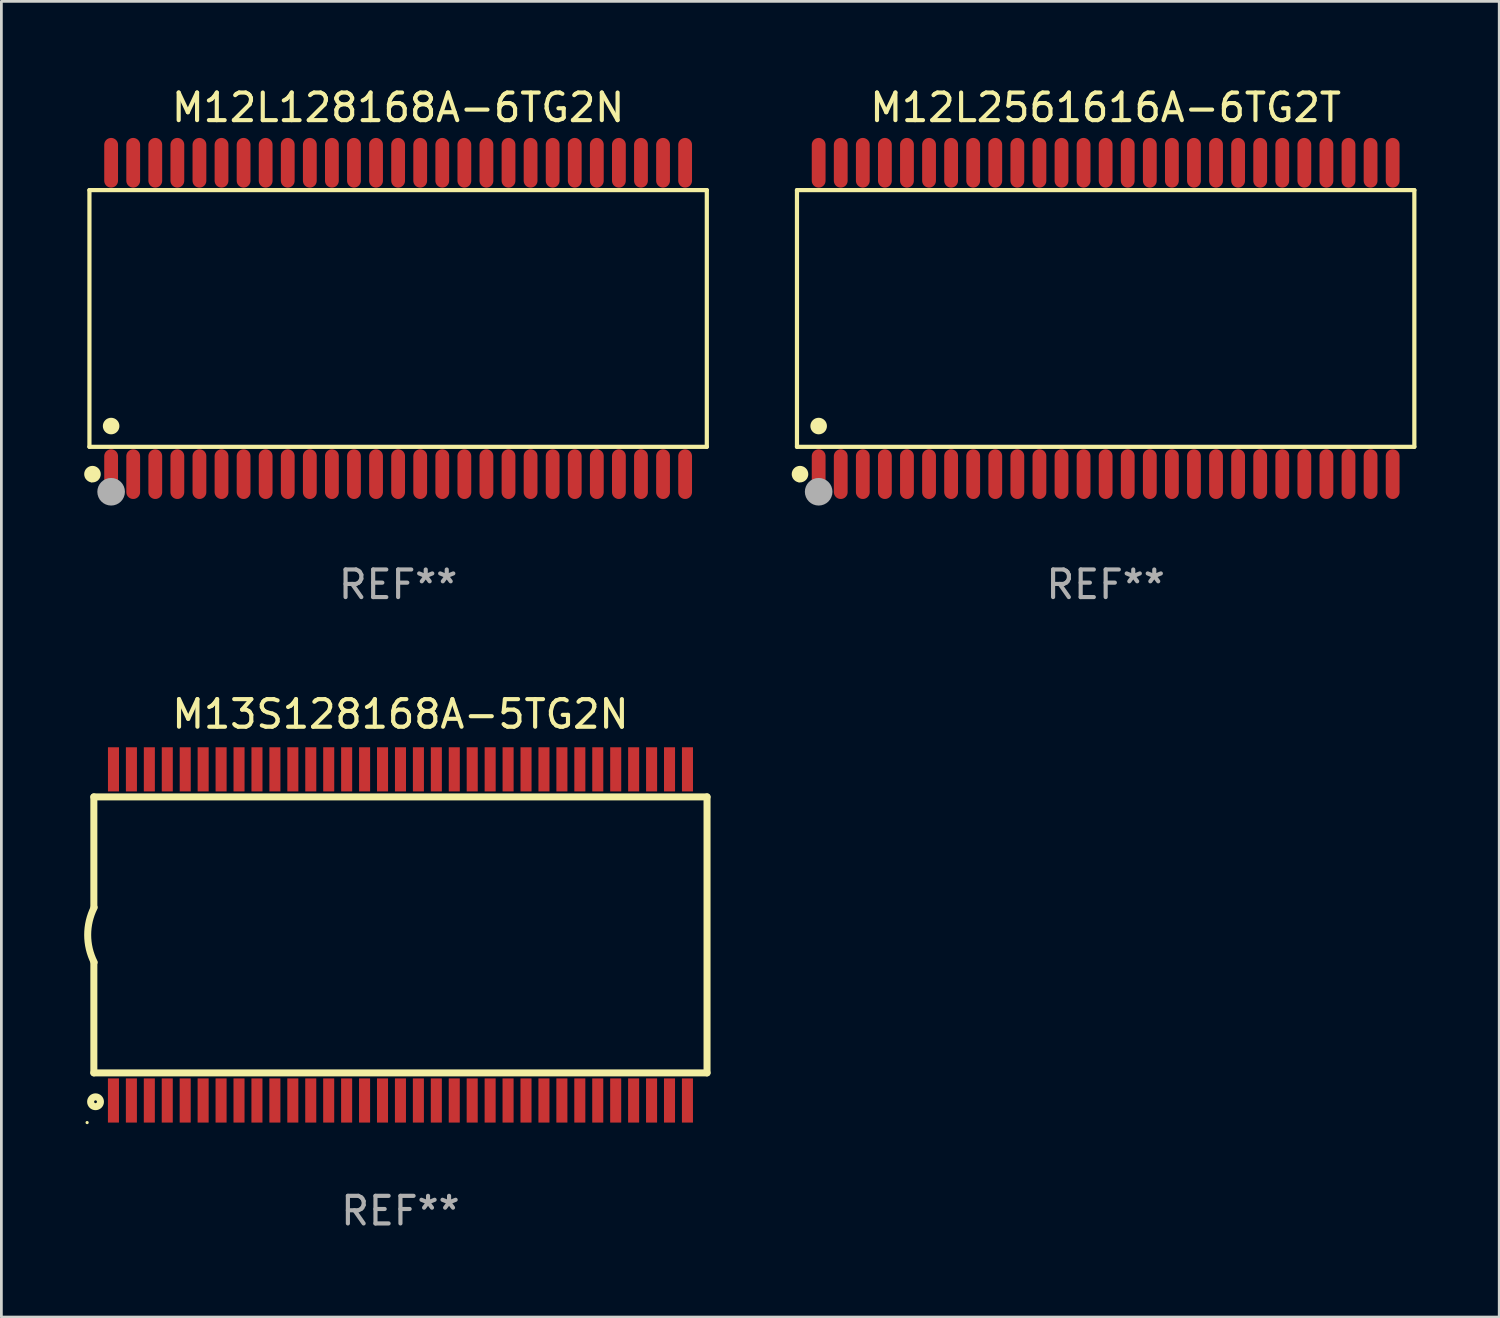
<source format=kicad_pcb>
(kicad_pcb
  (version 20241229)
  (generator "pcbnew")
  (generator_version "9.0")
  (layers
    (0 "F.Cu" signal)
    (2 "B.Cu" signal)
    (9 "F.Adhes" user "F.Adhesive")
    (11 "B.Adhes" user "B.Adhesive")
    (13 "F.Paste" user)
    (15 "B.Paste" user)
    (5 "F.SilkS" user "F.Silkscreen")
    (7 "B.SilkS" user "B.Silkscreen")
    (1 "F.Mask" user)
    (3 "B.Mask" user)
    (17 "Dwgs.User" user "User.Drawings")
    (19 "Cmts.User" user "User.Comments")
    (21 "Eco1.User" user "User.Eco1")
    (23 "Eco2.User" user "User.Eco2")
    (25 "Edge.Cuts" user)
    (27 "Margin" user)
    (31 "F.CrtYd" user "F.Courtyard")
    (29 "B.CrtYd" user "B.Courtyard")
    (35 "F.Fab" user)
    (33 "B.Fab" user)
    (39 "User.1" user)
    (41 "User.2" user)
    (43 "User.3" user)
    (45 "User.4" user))
  (footprint "M13S128168A-5TG2N"
    (layer "F.Cu")
    (at 11.461 30.829)
    (property "Reference" "M13S128168A-5TG2N" (at 0 -8 0) (layer "F.SilkS") (effects (font (size 1 1) (thickness 0.15))))
    (attr through_hole)
    (fp_line (start -11.11 -5.002) (end 11.11 -5.002) (stroke (width 0.254) (type solid)) (layer "F.SilkS"))
    (fp_line (start -11.11 -1.002) (end -11.11 -5.002) (stroke (width 0.254) (type solid)) (layer "F.SilkS"))
    (fp_line (start -11.11 4.999) (end -11.11 0.998) (stroke (width 0.254) (type solid)) (layer "F.SilkS"))
    (fp_line (start -11.11 4.999) (end 11.11 4.999) (stroke (width 0.254) (type solid)) (layer "F.SilkS"))
    (fp_line (start 11.11 4.999) (end 11.11 -5.002) (stroke (width 0.254) (type solid)) (layer "F.SilkS"))
    (fp_arc (start -11.099822 0.989078) (mid -11.333671 -0.001524) (end -11.099822 -0.992126) (stroke (width 0.254001) (type solid)) (layer "F.SilkS"))
    (fp_circle (center -11.354 6.8) (end -11.324 6.8) (stroke (width 0.06) (type solid)) (fill no) (layer "F.SilkS"))
    (fp_circle (center -11.049 6.046) (end -10.871 6.046) (stroke (width 0.254) (type solid)) (fill no) (layer "F.SilkS"))
    (fp_text user "REF**" (at 0 10 0) (layer "F.Fab") (effects (font (size 1 1) (thickness 0.15))))
    (pad "1" smd rect (at -10.4 6) (size 0.4 1.6) (layers "F.Cu" "F.Mask" "F.Paste"))
    (pad "2" smd rect (at -9.75 6) (size 0.4 1.6) (layers "F.Cu" "F.Mask" "F.Paste"))
    (pad "3" smd rect (at -9.1 6) (size 0.4 1.6) (layers "F.Cu" "F.Mask" "F.Paste"))
    (pad "4" smd rect (at -8.45 6) (size 0.4 1.6) (layers "F.Cu" "F.Mask" "F.Paste"))
    (pad "5" smd rect (at -7.8 6) (size 0.4 1.6) (layers "F.Cu" "F.Mask" "F.Paste"))
    (pad "6" smd rect (at -7.15 6) (size 0.4 1.6) (layers "F.Cu" "F.Mask" "F.Paste"))
    (pad "7" smd rect (at -6.5 6) (size 0.4 1.6) (layers "F.Cu" "F.Mask" "F.Paste"))
    (pad "8" smd rect (at -5.85 6) (size 0.4 1.6) (layers "F.Cu" "F.Mask" "F.Paste"))
    (pad "9" smd rect (at -5.2 6) (size 0.4 1.6) (layers "F.Cu" "F.Mask" "F.Paste"))
    (pad "10" smd rect (at -4.55 6) (size 0.4 1.6) (layers "F.Cu" "F.Mask" "F.Paste"))
    (pad "11" smd rect (at -3.9 6) (size 0.4 1.6) (layers "F.Cu" "F.Mask" "F.Paste"))
    (pad "12" smd rect (at -3.25 6) (size 0.4 1.6) (layers "F.Cu" "F.Mask" "F.Paste"))
    (pad "13" smd rect (at -2.6 6) (size 0.4 1.6) (layers "F.Cu" "F.Mask" "F.Paste"))
    (pad "14" smd rect (at -1.95 6) (size 0.4 1.6) (layers "F.Cu" "F.Mask" "F.Paste"))
    (pad "15" smd rect (at -1.3 6) (size 0.4 1.6) (layers "F.Cu" "F.Mask" "F.Paste"))
    (pad "16" smd rect (at -0.65 6) (size 0.4 1.6) (layers "F.Cu" "F.Mask" "F.Paste"))
    (pad "17" smd rect (at -0.000254 6) (size 0.4 1.6) (layers "F.Cu" "F.Mask" "F.Paste"))
    (pad "18" smd rect (at 0.65 6) (size 0.4 1.6) (layers "F.Cu" "F.Mask" "F.Paste"))
    (pad "19" smd rect (at 1.3 6) (size 0.4 1.6) (layers "F.Cu" "F.Mask" "F.Paste"))
    (pad "20" smd rect (at 1.95 6) (size 0.4 1.6) (layers "F.Cu" "F.Mask" "F.Paste"))
    (pad "21" smd rect (at 2.6 6) (size 0.4 1.6) (layers "F.Cu" "F.Mask" "F.Paste"))
    (pad "22" smd rect (at 3.25 6) (size 0.4 1.6) (layers "F.Cu" "F.Mask" "F.Paste"))
    (pad "23" smd rect (at 3.9 6) (size 0.4 1.6) (layers "F.Cu" "F.Mask" "F.Paste"))
    (pad "24" smd rect (at 4.55 6) (size 0.4 1.6) (layers "F.Cu" "F.Mask" "F.Paste"))
    (pad "25" smd rect (at 5.2 6) (size 0.4 1.6) (layers "F.Cu" "F.Mask" "F.Paste"))
    (pad "26" smd rect (at 5.85 6) (size 0.4 1.6) (layers "F.Cu" "F.Mask" "F.Paste"))
    (pad "27" smd rect (at 6.5 6) (size 0.4 1.6) (layers "F.Cu" "F.Mask" "F.Paste"))
    (pad "28" smd rect (at 7.15 6) (size 0.4 1.6) (layers "F.Cu" "F.Mask" "F.Paste"))
    (pad "29" smd rect (at 7.8 6) (size 0.4 1.6) (layers "F.Cu" "F.Mask" "F.Paste"))
    (pad "30" smd rect (at 8.45 6) (size 0.4 1.6) (layers "F.Cu" "F.Mask" "F.Paste"))
    (pad "31" smd rect (at 9.1 6) (size 0.4 1.6) (layers "F.Cu" "F.Mask" "F.Paste"))
    (pad "32" smd rect (at 9.75 6) (size 0.4 1.6) (layers "F.Cu" "F.Mask" "F.Paste"))
    (pad "33" smd rect (at 10.4 6) (size 0.4 1.6) (layers "F.Cu" "F.Mask" "F.Paste"))
    (pad "34" smd rect (at 10.401 -6) (size 0.4 1.6) (layers "F.Cu" "F.Mask" "F.Paste"))
    (pad "35" smd rect (at 9.751 -6) (size 0.4 1.6) (layers "F.Cu" "F.Mask" "F.Paste"))
    (pad "36" smd rect (at 9.101 -6) (size 0.4 1.6) (layers "F.Cu" "F.Mask" "F.Paste"))
    (pad "37" smd rect (at 8.451 -6) (size 0.4 1.6) (layers "F.Cu" "F.Mask" "F.Paste"))
    (pad "38" smd rect (at 7.801 -6) (size 0.4 1.6) (layers "F.Cu" "F.Mask" "F.Paste"))
    (pad "39" smd rect (at 7.151 -6) (size 0.4 1.6) (layers "F.Cu" "F.Mask" "F.Paste"))
    (pad "40" smd rect (at 6.501 -6) (size 0.4 1.6) (layers "F.Cu" "F.Mask" "F.Paste"))
    (pad "41" smd rect (at 5.851 -6) (size 0.4 1.6) (layers "F.Cu" "F.Mask" "F.Paste"))
    (pad "42" smd rect (at 5.201 -6) (size 0.4 1.6) (layers "F.Cu" "F.Mask" "F.Paste"))
    (pad "43" smd rect (at 4.551 -6) (size 0.4 1.6) (layers "F.Cu" "F.Mask" "F.Paste"))
    (pad "44" smd rect (at 3.901 -6) (size 0.4 1.6) (layers "F.Cu" "F.Mask" "F.Paste"))
    (pad "45" smd rect (at 3.251 -6) (size 0.4 1.6) (layers "F.Cu" "F.Mask" "F.Paste"))
    (pad "46" smd rect (at 2.601 -6) (size 0.4 1.6) (layers "F.Cu" "F.Mask" "F.Paste"))
    (pad "47" smd rect (at 1.951 -6) (size 0.4 1.6) (layers "F.Cu" "F.Mask" "F.Paste"))
    (pad "48" smd rect (at 1.301 -6) (size 0.4 1.6) (layers "F.Cu" "F.Mask" "F.Paste"))
    (pad "49" smd rect (at 0.651 -6) (size 0.4 1.6) (layers "F.Cu" "F.Mask" "F.Paste"))
    (pad "50" smd rect (at 0.001 -6) (size 0.4 1.6) (layers "F.Cu" "F.Mask" "F.Paste"))
    (pad "51" smd rect (at -0.649 -6) (size 0.4 1.6) (layers "F.Cu" "F.Mask" "F.Paste"))
    (pad "52" smd rect (at -1.299 -6) (size 0.4 1.6) (layers "F.Cu" "F.Mask" "F.Paste"))
    (pad "53" smd rect (at -1.949 -6) (size 0.4 1.6) (layers "F.Cu" "F.Mask" "F.Paste"))
    (pad "54" smd rect (at -2.599 -6) (size 0.4 1.6) (layers "F.Cu" "F.Mask" "F.Paste"))
    (pad "55" smd rect (at -3.249 -6) (size 0.4 1.6) (layers "F.Cu" "F.Mask" "F.Paste"))
    (pad "56" smd rect (at -3.899 -6) (size 0.4 1.6) (layers "F.Cu" "F.Mask" "F.Paste"))
    (pad "57" smd rect (at -4.549 -6) (size 0.4 1.6) (layers "F.Cu" "F.Mask" "F.Paste"))
    (pad "58" smd rect (at -5.199 -6) (size 0.4 1.6) (layers "F.Cu" "F.Mask" "F.Paste"))
    (pad "59" smd rect (at -5.849 -6) (size 0.4 1.6) (layers "F.Cu" "F.Mask" "F.Paste"))
    (pad "60" smd rect (at -6.499 -6) (size 0.4 1.6) (layers "F.Cu" "F.Mask" "F.Paste"))
    (pad "61" smd rect (at -7.149 -6) (size 0.4 1.6) (layers "F.Cu" "F.Mask" "F.Paste"))
    (pad "62" smd rect (at -7.799 -6) (size 0.4 1.6) (layers "F.Cu" "F.Mask" "F.Paste"))
    (pad "63" smd rect (at -8.449 -6) (size 0.4 1.6) (layers "F.Cu" "F.Mask" "F.Paste"))
    (pad "64" smd rect (at -9.099 -6) (size 0.4 1.6) (layers "F.Cu" "F.Mask" "F.Paste"))
    (pad "65" smd rect (at -9.749 -6) (size 0.4 1.6) (layers "F.Cu" "F.Mask" "F.Paste"))
    (pad "66" smd rect (at -10.399 -6) (size 0.4 1.6) (layers "F.Cu" "F.Mask" "F.Paste")))
  (footprint "M12L128168A-6TG2N"
    (layer "F.Cu")
    (at 11.377 8.49)
    (property "Reference" "M12L128168A-6TG2N" (at 0 -7.642 0) (layer "F.SilkS") (effects (font (size 1 1) (thickness 0.15))))
    (attr through_hole)
    (fp_line (start -11.186 -4.651) (end 11.186 -4.651) (stroke (width 0.152) (type solid)) (layer "F.SilkS"))
    (fp_line (start -11.186 4.651) (end -11.186 -4.651) (stroke (width 0.152) (type solid)) (layer "F.SilkS"))
    (fp_line (start 11.186 -4.651) (end 11.186 4.651) (stroke (width 0.152) (type solid)) (layer "F.SilkS"))
    (fp_line (start 11.186 4.651) (end -11.186 4.651) (stroke (width 0.152) (type solid)) (layer "F.SilkS"))
    (fp_circle (center -11.11 5.88) (end -11.08 5.88) (stroke (width 0.06) (type solid)) (fill no) (layer "F.SilkS"))
    (fp_circle (center -11.076 5.642) (end -10.926 5.642) (stroke (width 0.3) (type solid)) (fill no) (layer "F.SilkS"))
    (fp_circle (center -10.4 3.899) (end -10.25 3.899) (stroke (width 0.3) (type solid)) (fill no) (layer "F.SilkS"))
    (fp_circle (center -10.4 6.28) (end -10.15 6.28) (stroke (width 0.5) (type solid)) (fill no) (layer "F.Fab"))
    (fp_text user "REF**" (at 0 9.642 0) (layer "F.Fab") (effects (font (size 1 1) (thickness 0.15))))
    (pad "1" smd oval (at -10.4 5.642) (size 0.5 1.8) (layers "F.Cu" "F.Mask" "F.Paste"))
    (pad "2" smd oval (at -9.6 5.642) (size 0.5 1.8) (layers "F.Cu" "F.Mask" "F.Paste"))
    (pad "3" smd oval (at -8.8 5.642) (size 0.5 1.8) (layers "F.Cu" "F.Mask" "F.Paste"))
    (pad "4" smd oval (at -8 5.642) (size 0.5 1.8) (layers "F.Cu" "F.Mask" "F.Paste"))
    (pad "5" smd oval (at -7.2 5.642) (size 0.5 1.8) (layers "F.Cu" "F.Mask" "F.Paste"))
    (pad "6" smd oval (at -6.4 5.642) (size 0.5 1.8) (layers "F.Cu" "F.Mask" "F.Paste"))
    (pad "7" smd oval (at -5.6 5.642) (size 0.5 1.8) (layers "F.Cu" "F.Mask" "F.Paste"))
    (pad "8" smd oval (at -4.8 5.642) (size 0.5 1.8) (layers "F.Cu" "F.Mask" "F.Paste"))
    (pad "9" smd oval (at -4 5.642) (size 0.5 1.8) (layers "F.Cu" "F.Mask" "F.Paste"))
    (pad "10" smd oval (at -3.2 5.642) (size 0.5 1.8) (layers "F.Cu" "F.Mask" "F.Paste"))
    (pad "11" smd oval (at -2.4 5.642) (size 0.5 1.8) (layers "F.Cu" "F.Mask" "F.Paste"))
    (pad "12" smd oval (at -1.6 5.642) (size 0.5 1.8) (layers "F.Cu" "F.Mask" "F.Paste"))
    (pad "13" smd oval (at -0.8 5.642) (size 0.5 1.8) (layers "F.Cu" "F.Mask" "F.Paste"))
    (pad "14" smd oval (at 0 5.642) (size 0.5 1.8) (layers "F.Cu" "F.Mask" "F.Paste"))
    (pad "15" smd oval (at 0.8 5.642) (size 0.5 1.8) (layers "F.Cu" "F.Mask" "F.Paste"))
    (pad "16" smd oval (at 1.6 5.642) (size 0.5 1.8) (layers "F.Cu" "F.Mask" "F.Paste"))
    (pad "17" smd oval (at 2.4 5.642) (size 0.5 1.8) (layers "F.Cu" "F.Mask" "F.Paste"))
    (pad "18" smd oval (at 3.2 5.642) (size 0.5 1.8) (layers "F.Cu" "F.Mask" "F.Paste"))
    (pad "19" smd oval (at 4 5.642) (size 0.5 1.8) (layers "F.Cu" "F.Mask" "F.Paste"))
    (pad "20" smd oval (at 4.8 5.642) (size 0.5 1.8) (layers "F.Cu" "F.Mask" "F.Paste"))
    (pad "21" smd oval (at 5.6 5.642) (size 0.5 1.8) (layers "F.Cu" "F.Mask" "F.Paste"))
    (pad "22" smd oval (at 6.4 5.642) (size 0.5 1.8) (layers "F.Cu" "F.Mask" "F.Paste"))
    (pad "23" smd oval (at 7.2 5.642) (size 0.5 1.8) (layers "F.Cu" "F.Mask" "F.Paste"))
    (pad "24" smd oval (at 8 5.642) (size 0.5 1.8) (layers "F.Cu" "F.Mask" "F.Paste"))
    (pad "25" smd oval (at 8.8 5.642) (size 0.5 1.8) (layers "F.Cu" "F.Mask" "F.Paste"))
    (pad "26" smd oval (at 9.6 5.642) (size 0.5 1.8) (layers "F.Cu" "F.Mask" "F.Paste"))
    (pad "27" smd oval (at 10.4 5.642) (size 0.5 1.8) (layers "F.Cu" "F.Mask" "F.Paste"))
    (pad "28" smd oval (at 10.4 -5.642) (size 0.5 1.8) (layers "F.Cu" "F.Mask" "F.Paste"))
    (pad "29" smd oval (at 9.6 -5.642) (size 0.5 1.8) (layers "F.Cu" "F.Mask" "F.Paste"))
    (pad "30" smd oval (at 8.8 -5.642) (size 0.5 1.8) (layers "F.Cu" "F.Mask" "F.Paste"))
    (pad "31" smd oval (at 8 -5.642) (size 0.5 1.8) (layers "F.Cu" "F.Mask" "F.Paste"))
    (pad "32" smd oval (at 7.2 -5.642) (size 0.5 1.8) (layers "F.Cu" "F.Mask" "F.Paste"))
    (pad "33" smd oval (at 6.4 -5.642) (size 0.5 1.8) (layers "F.Cu" "F.Mask" "F.Paste"))
    (pad "34" smd oval (at 5.6 -5.642) (size 0.5 1.8) (layers "F.Cu" "F.Mask" "F.Paste"))
    (pad "35" smd oval (at 4.8 -5.642) (size 0.5 1.8) (layers "F.Cu" "F.Mask" "F.Paste"))
    (pad "36" smd oval (at 4 -5.642) (size 0.5 1.8) (layers "F.Cu" "F.Mask" "F.Paste"))
    (pad "37" smd oval (at 3.2 -5.642) (size 0.5 1.8) (layers "F.Cu" "F.Mask" "F.Paste"))
    (pad "38" smd oval (at 2.4 -5.642) (size 0.5 1.8) (layers "F.Cu" "F.Mask" "F.Paste"))
    (pad "39" smd oval (at 1.6 -5.642) (size 0.5 1.8) (layers "F.Cu" "F.Mask" "F.Paste"))
    (pad "40" smd oval (at 0.8 -5.642) (size 0.5 1.8) (layers "F.Cu" "F.Mask" "F.Paste"))
    (pad "41" smd oval (at 0 -5.642) (size 0.5 1.8) (layers "F.Cu" "F.Mask" "F.Paste"))
    (pad "42" smd oval (at -0.8 -5.642) (size 0.5 1.8) (layers "F.Cu" "F.Mask" "F.Paste"))
    (pad "43" smd oval (at -1.6 -5.642) (size 0.5 1.8) (layers "F.Cu" "F.Mask" "F.Paste"))
    (pad "44" smd oval (at -2.4 -5.642) (size 0.5 1.8) (layers "F.Cu" "F.Mask" "F.Paste"))
    (pad "45" smd oval (at -3.2 -5.642) (size 0.5 1.8) (layers "F.Cu" "F.Mask" "F.Paste"))
    (pad "46" smd oval (at -4 -5.642) (size 0.5 1.8) (layers "F.Cu" "F.Mask" "F.Paste"))
    (pad "47" smd oval (at -4.8 -5.642) (size 0.5 1.8) (layers "F.Cu" "F.Mask" "F.Paste"))
    (pad "48" smd oval (at -5.6 -5.642) (size 0.5 1.8) (layers "F.Cu" "F.Mask" "F.Paste"))
    (pad "49" smd oval (at -6.4 -5.642) (size 0.5 1.8) (layers "F.Cu" "F.Mask" "F.Paste"))
    (pad "50" smd oval (at -7.2 -5.642) (size 0.5 1.8) (layers "F.Cu" "F.Mask" "F.Paste"))
    (pad "51" smd oval (at -8 -5.642) (size 0.5 1.8) (layers "F.Cu" "F.Mask" "F.Paste"))
    (pad "52" smd oval (at -8.8 -5.642) (size 0.5 1.8) (layers "F.Cu" "F.Mask" "F.Paste"))
    (pad "53" smd oval (at -9.6 -5.642) (size 0.5 1.8) (layers "F.Cu" "F.Mask" "F.Paste"))
    (pad "54" smd oval (at -10.4 -5.642) (size 0.5 1.8) (layers "F.Cu" "F.Mask" "F.Paste")))
  (footprint "M12L2561616A-6TG2T"
    (layer "F.Cu")
    (at 37.016 8.49)
    (property "Reference" "M12L2561616A-6TG2T" (at 0 -7.642 0) (layer "F.SilkS") (effects (font (size 1 1) (thickness 0.15))))
    (attr through_hole)
    (fp_line (start -11.186 -4.651) (end 11.186 -4.651) (stroke (width 0.152) (type solid)) (layer "F.SilkS"))
    (fp_line (start -11.186 4.651) (end -11.186 -4.651) (stroke (width 0.152) (type solid)) (layer "F.SilkS"))
    (fp_line (start 11.186 -4.651) (end 11.186 4.651) (stroke (width 0.152) (type solid)) (layer "F.SilkS"))
    (fp_line (start 11.186 4.651) (end -11.186 4.651) (stroke (width 0.152) (type solid)) (layer "F.SilkS"))
    (fp_circle (center -11.11 5.88) (end -11.08 5.88) (stroke (width 0.06) (type solid)) (fill no) (layer "F.SilkS"))
    (fp_circle (center -11.076 5.642) (end -10.926 5.642) (stroke (width 0.3) (type solid)) (fill no) (layer "F.SilkS"))
    (fp_circle (center -10.4 3.899) (end -10.25 3.899) (stroke (width 0.3) (type solid)) (fill no) (layer "F.SilkS"))
    (fp_circle (center -10.4 6.28) (end -10.15 6.28) (stroke (width 0.5) (type solid)) (fill no) (layer "F.Fab"))
    (fp_text user "REF**" (at 0 9.642 0) (layer "F.Fab") (effects (font (size 1 1) (thickness 0.15))))
    (pad "1" smd oval (at -10.4 5.642) (size 0.5 1.8) (layers "F.Cu" "F.Mask" "F.Paste"))
    (pad "2" smd oval (at -9.6 5.642) (size 0.5 1.8) (layers "F.Cu" "F.Mask" "F.Paste"))
    (pad "3" smd oval (at -8.8 5.642) (size 0.5 1.8) (layers "F.Cu" "F.Mask" "F.Paste"))
    (pad "4" smd oval (at -8 5.642) (size 0.5 1.8) (layers "F.Cu" "F.Mask" "F.Paste"))
    (pad "5" smd oval (at -7.2 5.642) (size 0.5 1.8) (layers "F.Cu" "F.Mask" "F.Paste"))
    (pad "6" smd oval (at -6.4 5.642) (size 0.5 1.8) (layers "F.Cu" "F.Mask" "F.Paste"))
    (pad "7" smd oval (at -5.6 5.642) (size 0.5 1.8) (layers "F.Cu" "F.Mask" "F.Paste"))
    (pad "8" smd oval (at -4.8 5.642) (size 0.5 1.8) (layers "F.Cu" "F.Mask" "F.Paste"))
    (pad "9" smd oval (at -4 5.642) (size 0.5 1.8) (layers "F.Cu" "F.Mask" "F.Paste"))
    (pad "10" smd oval (at -3.2 5.642) (size 0.5 1.8) (layers "F.Cu" "F.Mask" "F.Paste"))
    (pad "11" smd oval (at -2.4 5.642) (size 0.5 1.8) (layers "F.Cu" "F.Mask" "F.Paste"))
    (pad "12" smd oval (at -1.6 5.642) (size 0.5 1.8) (layers "F.Cu" "F.Mask" "F.Paste"))
    (pad "13" smd oval (at -0.8 5.642) (size 0.5 1.8) (layers "F.Cu" "F.Mask" "F.Paste"))
    (pad "14" smd oval (at 0 5.642) (size 0.5 1.8) (layers "F.Cu" "F.Mask" "F.Paste"))
    (pad "15" smd oval (at 0.8 5.642) (size 0.5 1.8) (layers "F.Cu" "F.Mask" "F.Paste"))
    (pad "16" smd oval (at 1.6 5.642) (size 0.5 1.8) (layers "F.Cu" "F.Mask" "F.Paste"))
    (pad "17" smd oval (at 2.4 5.642) (size 0.5 1.8) (layers "F.Cu" "F.Mask" "F.Paste"))
    (pad "18" smd oval (at 3.2 5.642) (size 0.5 1.8) (layers "F.Cu" "F.Mask" "F.Paste"))
    (pad "19" smd oval (at 4 5.642) (size 0.5 1.8) (layers "F.Cu" "F.Mask" "F.Paste"))
    (pad "20" smd oval (at 4.8 5.642) (size 0.5 1.8) (layers "F.Cu" "F.Mask" "F.Paste"))
    (pad "21" smd oval (at 5.6 5.642) (size 0.5 1.8) (layers "F.Cu" "F.Mask" "F.Paste"))
    (pad "22" smd oval (at 6.4 5.642) (size 0.5 1.8) (layers "F.Cu" "F.Mask" "F.Paste"))
    (pad "23" smd oval (at 7.2 5.642) (size 0.5 1.8) (layers "F.Cu" "F.Mask" "F.Paste"))
    (pad "24" smd oval (at 8 5.642) (size 0.5 1.8) (layers "F.Cu" "F.Mask" "F.Paste"))
    (pad "25" smd oval (at 8.8 5.642) (size 0.5 1.8) (layers "F.Cu" "F.Mask" "F.Paste"))
    (pad "26" smd oval (at 9.6 5.642) (size 0.5 1.8) (layers "F.Cu" "F.Mask" "F.Paste"))
    (pad "27" smd oval (at 10.4 5.642) (size 0.5 1.8) (layers "F.Cu" "F.Mask" "F.Paste"))
    (pad "28" smd oval (at 10.4 -5.642) (size 0.5 1.8) (layers "F.Cu" "F.Mask" "F.Paste"))
    (pad "29" smd oval (at 9.6 -5.642) (size 0.5 1.8) (layers "F.Cu" "F.Mask" "F.Paste"))
    (pad "30" smd oval (at 8.8 -5.642) (size 0.5 1.8) (layers "F.Cu" "F.Mask" "F.Paste"))
    (pad "31" smd oval (at 8 -5.642) (size 0.5 1.8) (layers "F.Cu" "F.Mask" "F.Paste"))
    (pad "32" smd oval (at 7.2 -5.642) (size 0.5 1.8) (layers "F.Cu" "F.Mask" "F.Paste"))
    (pad "33" smd oval (at 6.4 -5.642) (size 0.5 1.8) (layers "F.Cu" "F.Mask" "F.Paste"))
    (pad "34" smd oval (at 5.6 -5.642) (size 0.5 1.8) (layers "F.Cu" "F.Mask" "F.Paste"))
    (pad "35" smd oval (at 4.8 -5.642) (size 0.5 1.8) (layers "F.Cu" "F.Mask" "F.Paste"))
    (pad "36" smd oval (at 4 -5.642) (size 0.5 1.8) (layers "F.Cu" "F.Mask" "F.Paste"))
    (pad "37" smd oval (at 3.2 -5.642) (size 0.5 1.8) (layers "F.Cu" "F.Mask" "F.Paste"))
    (pad "38" smd oval (at 2.4 -5.642) (size 0.5 1.8) (layers "F.Cu" "F.Mask" "F.Paste"))
    (pad "39" smd oval (at 1.6 -5.642) (size 0.5 1.8) (layers "F.Cu" "F.Mask" "F.Paste"))
    (pad "40" smd oval (at 0.8 -5.642) (size 0.5 1.8) (layers "F.Cu" "F.Mask" "F.Paste"))
    (pad "41" smd oval (at 0 -5.642) (size 0.5 1.8) (layers "F.Cu" "F.Mask" "F.Paste"))
    (pad "42" smd oval (at -0.8 -5.642) (size 0.5 1.8) (layers "F.Cu" "F.Mask" "F.Paste"))
    (pad "43" smd oval (at -1.6 -5.642) (size 0.5 1.8) (layers "F.Cu" "F.Mask" "F.Paste"))
    (pad "44" smd oval (at -2.4 -5.642) (size 0.5 1.8) (layers "F.Cu" "F.Mask" "F.Paste"))
    (pad "45" smd oval (at -3.2 -5.642) (size 0.5 1.8) (layers "F.Cu" "F.Mask" "F.Paste"))
    (pad "46" smd oval (at -4 -5.642) (size 0.5 1.8) (layers "F.Cu" "F.Mask" "F.Paste"))
    (pad "47" smd oval (at -4.8 -5.642) (size 0.5 1.8) (layers "F.Cu" "F.Mask" "F.Paste"))
    (pad "48" smd oval (at -5.6 -5.642) (size 0.5 1.8) (layers "F.Cu" "F.Mask" "F.Paste"))
    (pad "49" smd oval (at -6.4 -5.642) (size 0.5 1.8) (layers "F.Cu" "F.Mask" "F.Paste"))
    (pad "50" smd oval (at -7.2 -5.642) (size 0.5 1.8) (layers "F.Cu" "F.Mask" "F.Paste"))
    (pad "51" smd oval (at -8 -5.642) (size 0.5 1.8) (layers "F.Cu" "F.Mask" "F.Paste"))
    (pad "52" smd oval (at -8.8 -5.642) (size 0.5 1.8) (layers "F.Cu" "F.Mask" "F.Paste"))
    (pad "53" smd oval (at -9.6 -5.642) (size 0.5 1.8) (layers "F.Cu" "F.Mask" "F.Paste"))
    (pad "54" smd oval (at -10.4 -5.642) (size 0.5 1.8) (layers "F.Cu" "F.Mask" "F.Paste")))
  (gr_rect
    (start -3 -3)
    (end 51.278 44.677)
    (stroke (width 0.1) (type default))
    (fill no)
    (layer "Edge.Cuts")))
</source>
